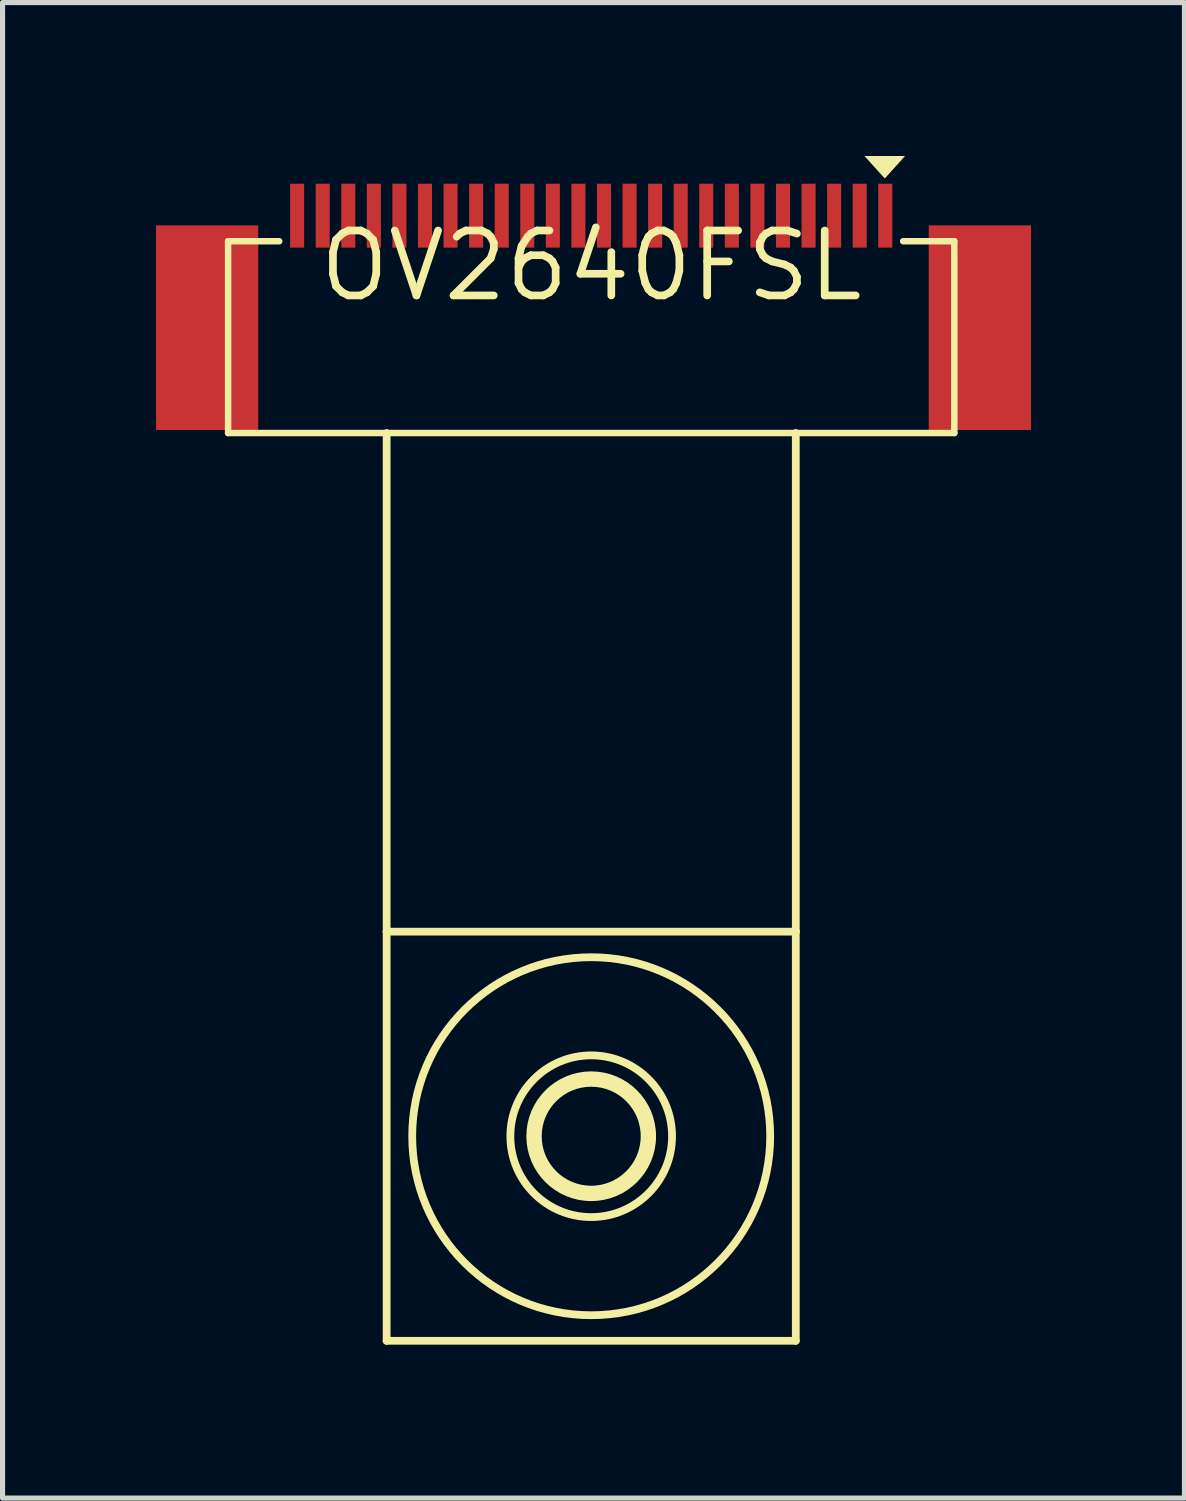
<source format=kicad_pcb>
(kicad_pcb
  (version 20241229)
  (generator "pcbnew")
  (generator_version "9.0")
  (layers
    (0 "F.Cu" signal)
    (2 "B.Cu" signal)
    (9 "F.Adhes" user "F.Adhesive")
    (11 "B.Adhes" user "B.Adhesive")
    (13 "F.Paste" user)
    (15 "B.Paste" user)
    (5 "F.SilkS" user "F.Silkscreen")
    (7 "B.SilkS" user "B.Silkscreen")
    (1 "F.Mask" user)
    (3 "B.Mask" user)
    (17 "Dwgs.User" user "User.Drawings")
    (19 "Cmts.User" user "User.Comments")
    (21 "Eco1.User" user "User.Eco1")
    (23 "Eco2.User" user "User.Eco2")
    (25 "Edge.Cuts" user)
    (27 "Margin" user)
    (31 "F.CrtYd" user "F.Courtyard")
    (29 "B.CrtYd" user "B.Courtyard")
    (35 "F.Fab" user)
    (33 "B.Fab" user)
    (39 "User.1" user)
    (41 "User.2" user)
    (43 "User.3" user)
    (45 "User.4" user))
  (footprint "OV2640FSL"
    (layer "F.Cu")
    (at 8.51 2.147)
    (property "Reference" "OV2640FSL" (at 0 0 180) (layer "F.SilkS") (effects (font (size 1.27 1.27) (thickness 0.15))))
    (fp_line (start -7.1 -0.48) (end -6.1 -0.48) (stroke (width 0.127) (type solid)) (layer "F.SilkS"))
    (fp_line (start -7.1 3.27) (end -7.1 -0.48) (stroke (width 0.127) (type solid)) (layer "F.SilkS"))
    (fp_line (start -4 3.27) (end -7.1 3.27) (stroke (width 0.127) (type solid)) (layer "F.SilkS"))
    (fp_line (start -4 13.02) (end -4 3.27) (stroke (width 0.152) (type solid)) (layer "F.SilkS"))
    (fp_line (start -4 13.02) (end 4 13.02) (stroke (width 0.152) (type solid)) (layer "F.SilkS"))
    (fp_line (start -4 21.02) (end -4 13.02) (stroke (width 0.152) (type solid)) (layer "F.SilkS"))
    (fp_line (start 4 3.27) (end -4 3.27) (stroke (width 0.127) (type solid)) (layer "F.SilkS"))
    (fp_line (start 4 13.02) (end 4 3.27) (stroke (width 0.152) (type solid)) (layer "F.SilkS"))
    (fp_line (start 4 13.02) (end 4 21.02) (stroke (width 0.152) (type solid)) (layer "F.SilkS"))
    (fp_line (start 4 21.02) (end -4 21.02) (stroke (width 0.152) (type solid)) (layer "F.SilkS"))
    (fp_line (start 6.1 -0.48) (end 7.1 -0.48) (stroke (width 0.127) (type solid)) (layer "F.SilkS"))
    (fp_line (start 7.1 -0.48) (end 7.1 3.27) (stroke (width 0.127) (type solid)) (layer "F.SilkS"))
    (fp_line (start 7.1 3.27) (end 4 3.27) (stroke (width 0.127) (type solid)) (layer "F.SilkS"))
    (fp_circle (center 0 17.02) (end 1.118 17.02) (stroke (width 0.3) (type solid)) (fill no) (layer "F.SilkS"))
    (fp_circle (center 0 17.02) (end 1.581 17.02) (stroke (width 0.152) (type solid)) (fill no) (layer "F.SilkS"))
    (fp_circle (center 0 17.02) (end 3.5 17.02) (stroke (width 0.152) (type solid)) (fill no) (layer "F.SilkS"))
    (fp_poly (pts (xy 5.74 -1.707) (xy 5.343 -2.147) (xy 6.137 -2.147)) (stroke (width 0) (type default)) (fill yes) (layer "F.SilkS"))
    (fp_poly (pts (xy -6.7 -0.6) (xy -8.3 -0.6) (xy -8.3 0.1) (xy -6.7 0.1)) (stroke (width 0) (type default)) (fill yes) (layer "F.Paste"))
    (fp_poly (pts (xy -6.7 0.4) (xy -8.3 0.4) (xy -8.3 1.1) (xy -6.7 1.1)) (stroke (width 0) (type default)) (fill yes) (layer "F.Paste"))
    (fp_poly (pts (xy -6.7 1.3) (xy -8.3 1.3) (xy -8.3 2) (xy -6.7 2)) (stroke (width 0) (type default)) (fill yes) (layer "F.Paste"))
    (fp_poly (pts (xy -6.7 2.3) (xy -8.3 2.3) (xy -8.3 3) (xy -6.7 3)) (stroke (width 0) (type default)) (fill yes) (layer "F.Paste"))
    (fp_poly (pts (xy 8.4 -0.6) (xy 6.8 -0.6) (xy 6.8 0.1) (xy 8.4 0.1)) (stroke (width 0) (type default)) (fill yes) (layer "F.Paste"))
    (fp_poly (pts (xy 8.4 0.4) (xy 6.8 0.4) (xy 6.8 1.1) (xy 8.4 1.1)) (stroke (width 0) (type default)) (fill yes) (layer "F.Paste"))
    (fp_poly (pts (xy 8.4 1.3) (xy 6.8 1.3) (xy 6.8 2) (xy 8.4 2)) (stroke (width 0) (type default)) (fill yes) (layer "F.Paste"))
    (fp_poly (pts (xy 8.4 2.3) (xy 6.8 2.3) (xy 6.8 3) (xy 8.4 3)) (stroke (width 0) (type default)) (fill yes) (layer "F.Paste"))
    (pad "" smd rect (at -7.51 1.21 90) (size 4 2) (layers "F.Cu" "F.Mask"))
    (pad "" smd rect (at 7.6 1.21 90) (size 4 2) (layers "F.Cu" "F.Mask"))
    (pad "1" smd rect (at 5.75 -0.98 180) (size 0.275 1.25) (layers "F.Cu" "F.Mask" "F.Paste"))
    (pad "2" smd rect (at 5.25 -0.98 180) (size 0.275 1.25) (layers "F.Cu" "F.Mask" "F.Paste"))
    (pad "3" smd rect (at 4.75 -0.98 180) (size 0.275 1.25) (layers "F.Cu" "F.Mask" "F.Paste"))
    (pad "4" smd rect (at 4.25 -0.98 180) (size 0.275 1.25) (layers "F.Cu" "F.Mask" "F.Paste"))
    (pad "5" smd rect (at 3.75 -0.98 180) (size 0.275 1.25) (layers "F.Cu" "F.Mask" "F.Paste"))
    (pad "6" smd rect (at 3.25 -0.98 180) (size 0.275 1.25) (layers "F.Cu" "F.Mask" "F.Paste"))
    (pad "7" smd rect (at 2.75 -0.98 180) (size 0.275 1.25) (layers "F.Cu" "F.Mask" "F.Paste"))
    (pad "8" smd rect (at 2.25 -0.98 180) (size 0.275 1.25) (layers "F.Cu" "F.Mask" "F.Paste"))
    (pad "9" smd rect (at 1.75 -0.98 180) (size 0.275 1.25) (layers "F.Cu" "F.Mask" "F.Paste"))
    (pad "10" smd rect (at 1.25 -0.98 180) (size 0.275 1.25) (layers "F.Cu" "F.Mask" "F.Paste"))
    (pad "11" smd rect (at 0.75 -0.98 180) (size 0.275 1.25) (layers "F.Cu" "F.Mask" "F.Paste"))
    (pad "12" smd rect (at 0.25 -0.98 180) (size 0.275 1.25) (layers "F.Cu" "F.Mask" "F.Paste"))
    (pad "13" smd rect (at -0.25 -0.98 180) (size 0.275 1.25) (layers "F.Cu" "F.Mask" "F.Paste"))
    (pad "14" smd rect (at -0.75 -0.98 180) (size 0.275 1.25) (layers "F.Cu" "F.Mask" "F.Paste"))
    (pad "15" smd rect (at -1.25 -0.98 180) (size 0.275 1.25) (layers "F.Cu" "F.Mask" "F.Paste"))
    (pad "16" smd rect (at -1.75 -0.98 180) (size 0.275 1.25) (layers "F.Cu" "F.Mask" "F.Paste"))
    (pad "17" smd rect (at -2.25 -0.98 180) (size 0.275 1.25) (layers "F.Cu" "F.Mask" "F.Paste"))
    (pad "18" smd rect (at -2.75 -0.98 180) (size 0.275 1.25) (layers "F.Cu" "F.Mask" "F.Paste"))
    (pad "19" smd rect (at -3.25 -0.98 180) (size 0.275 1.25) (layers "F.Cu" "F.Mask" "F.Paste"))
    (pad "20" smd rect (at -3.75 -0.98 180) (size 0.275 1.25) (layers "F.Cu" "F.Mask" "F.Paste"))
    (pad "21" smd rect (at -4.25 -0.98 180) (size 0.275 1.25) (layers "F.Cu" "F.Mask" "F.Paste"))
    (pad "22" smd rect (at -4.75 -0.98 180) (size 0.275 1.25) (layers "F.Cu" "F.Mask" "F.Paste"))
    (pad "23" smd rect (at -5.25 -0.98 180) (size 0.275 1.25) (layers "F.Cu" "F.Mask" "F.Paste"))
    (pad "24" smd rect (at -5.75 -0.98 180) (size 0.275 1.25) (layers "F.Cu" "F.Mask" "F.Paste")))
  (gr_rect
    (start -3 -3)
    (end 20.11 26.243)
    (stroke (width 0.1) (type default))
    (fill no)
    (layer "Edge.Cuts")))
</source>
